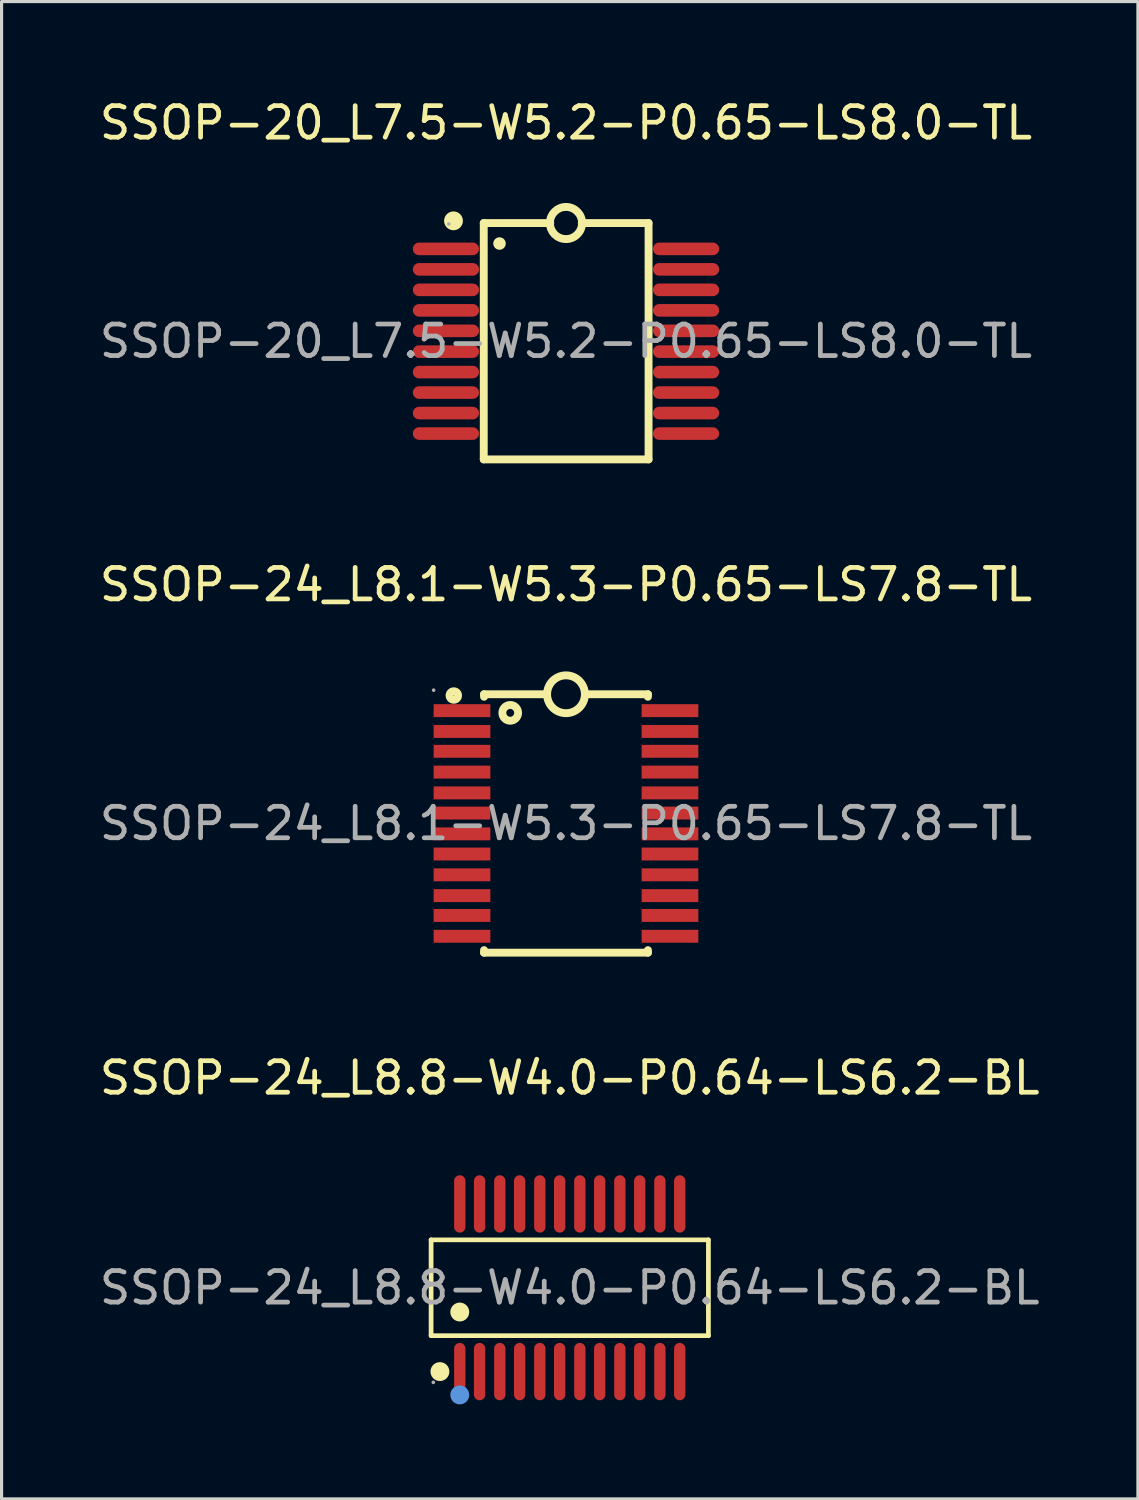
<source format=kicad_pcb>
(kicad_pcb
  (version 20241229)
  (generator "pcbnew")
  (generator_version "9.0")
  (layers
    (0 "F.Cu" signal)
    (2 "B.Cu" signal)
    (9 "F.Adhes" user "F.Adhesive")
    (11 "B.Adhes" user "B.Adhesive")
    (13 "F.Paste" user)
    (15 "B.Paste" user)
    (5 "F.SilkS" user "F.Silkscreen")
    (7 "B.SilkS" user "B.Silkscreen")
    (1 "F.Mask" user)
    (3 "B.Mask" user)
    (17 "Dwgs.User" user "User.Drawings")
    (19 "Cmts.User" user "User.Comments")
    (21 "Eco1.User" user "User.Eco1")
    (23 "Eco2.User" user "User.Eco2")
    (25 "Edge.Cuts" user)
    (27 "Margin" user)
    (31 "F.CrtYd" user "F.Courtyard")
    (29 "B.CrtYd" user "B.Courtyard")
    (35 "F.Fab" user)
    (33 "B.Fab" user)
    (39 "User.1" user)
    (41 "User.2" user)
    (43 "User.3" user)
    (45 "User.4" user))
  (footprint "SSOP-20_L7.5-W5.2-P0.65-LS8.0-TL"
    (layer "F.Cu")
    (at 14.911 7.778)
    (property "Reference" "SSOP-20_L7.5-W5.2-P0.65-LS8.0-TL" (at 0 -6.93 0) (layer "F.SilkS") (effects (font (size 1 1) (thickness 0.15))))
    (attr through_hole)
    (fp_line (start -2.61 -3.75) (end -0.5 -3.75) (stroke (width 0.25) (type solid)) (layer "F.SilkS"))
    (fp_line (start -2.61 3.75) (end -2.61 -3.75) (stroke (width 0.25) (type solid)) (layer "F.SilkS"))
    (fp_line (start 0.5 -3.75) (end 2.62 -3.75) (stroke (width 0.25) (type solid)) (layer "F.SilkS"))
    (fp_line (start 2.62 -3.75) (end 2.62 3.75) (stroke (width 0.25) (type solid)) (layer "F.SilkS"))
    (fp_line (start 2.62 3.75) (end -2.61 3.75) (stroke (width 0.25) (type solid)) (layer "F.SilkS"))
    (fp_arc (start -3.67 -3.93) (mid -3.464929 -3.714833) (end -3.679908 -3.920101) (stroke (width 0.3) (type solid)) (layer "F.SilkS"))
    (fp_arc (start 0.509922 -3.741099) (mid -0.50998 -3.754451) (end 0.51 -3.75) (stroke (width 0.25) (type solid)) (layer "F.SilkS"))
    (fp_circle (center -2.11 -3.1) (end -2.01 -3.1) (stroke (width 0.2) (type solid)) (fill no) (layer "F.SilkS"))
    (fp_circle (center -3.72 -3.72) (end -3.69 -3.72) (stroke (width 0.06) (type solid)) (fill no) (layer "F.Fab"))
    (fp_text user "${REFERENCE}" (at 0 0 0) (layer "F.Fab") (effects (font (size 1 1) (thickness 0.15))))
    (pad "1" smd oval (at -3.81 -2.93 90) (size 0.4 2.1) (layers "F.Cu" "F.Mask" "F.Paste"))
    (pad "2" smd oval (at -3.81 -2.28 90) (size 0.4 2.1) (layers "F.Cu" "F.Mask" "F.Paste"))
    (pad "3" smd oval (at -3.81 -1.63 90) (size 0.4 2.1) (layers "F.Cu" "F.Mask" "F.Paste"))
    (pad "4" smd oval (at -3.81 -0.98 90) (size 0.4 2.1) (layers "F.Cu" "F.Mask" "F.Paste"))
    (pad "5" smd oval (at -3.81 -0.33 90) (size 0.4 2.1) (layers "F.Cu" "F.Mask" "F.Paste"))
    (pad "6" smd oval (at -3.81 0.33 90) (size 0.4 2.1) (layers "F.Cu" "F.Mask" "F.Paste"))
    (pad "7" smd oval (at -3.81 0.98 90) (size 0.4 2.1) (layers "F.Cu" "F.Mask" "F.Paste"))
    (pad "8" smd oval (at -3.81 1.63 90) (size 0.4 2.1) (layers "F.Cu" "F.Mask" "F.Paste"))
    (pad "9" smd oval (at -3.81 2.28 90) (size 0.4 2.1) (layers "F.Cu" "F.Mask" "F.Paste"))
    (pad "10" smd oval (at -3.81 2.93 90) (size 0.4 2.1) (layers "F.Cu" "F.Mask" "F.Paste"))
    (pad "11" smd oval (at 3.81 2.93 90) (size 0.4 2.1) (layers "F.Cu" "F.Mask" "F.Paste"))
    (pad "12" smd oval (at 3.81 2.28 90) (size 0.4 2.1) (layers "F.Cu" "F.Mask" "F.Paste"))
    (pad "13" smd oval (at 3.81 1.63 90) (size 0.4 2.1) (layers "F.Cu" "F.Mask" "F.Paste"))
    (pad "14" smd oval (at 3.81 0.98 90) (size 0.4 2.1) (layers "F.Cu" "F.Mask" "F.Paste"))
    (pad "15" smd oval (at 3.81 0.33 90) (size 0.4 2.1) (layers "F.Cu" "F.Mask" "F.Paste"))
    (pad "16" smd oval (at 3.81 -0.33 90) (size 0.4 2.1) (layers "F.Cu" "F.Mask" "F.Paste"))
    (pad "17" smd oval (at 3.81 -0.98 90) (size 0.4 2.1) (layers "F.Cu" "F.Mask" "F.Paste"))
    (pad "18" smd oval (at 3.81 -1.63 90) (size 0.4 2.1) (layers "F.Cu" "F.Mask" "F.Paste"))
    (pad "19" smd oval (at 3.81 -2.28 90) (size 0.4 2.1) (layers "F.Cu" "F.Mask" "F.Paste"))
    (pad "20" smd oval (at 3.81 -2.93 90) (size 0.4 2.1) (layers "F.Cu" "F.Mask" "F.Paste")))
  (footprint "SSOP-24_L8.1-W5.3-P0.65-LS7.8-TL"
    (layer "F.Cu")
    (at 14.911 23.081)
    (property "Reference" "SSOP-24_L8.1-W5.3-P0.65-LS7.8-TL" (at 0 -7.58 0) (layer "F.SilkS") (effects (font (size 1 1) (thickness 0.15))))
    (attr through_hole)
    (fp_line (start -2.6 -4.1) (end -2.6 -4.02) (stroke (width 0.25) (type solid)) (layer "F.SilkS"))
    (fp_line (start -2.6 -4.1) (end -0.6 -4.1) (stroke (width 0.25) (type solid)) (layer "F.SilkS"))
    (fp_line (start -2.6 4.02) (end -2.6 4.1) (stroke (width 0.25) (type solid)) (layer "F.SilkS"))
    (fp_line (start -2.6 4.1) (end 2.6 4.1) (stroke (width 0.25) (type solid)) (layer "F.SilkS"))
    (fp_line (start 2.6 -4.1) (end 0.6 -4.1) (stroke (width 0.25) (type solid)) (layer "F.SilkS"))
    (fp_line (start 2.6 -4.1) (end 2.6 -4.02) (stroke (width 0.25) (type solid)) (layer "F.SilkS"))
    (fp_line (start 2.6 4.02) (end 2.6 4.1) (stroke (width 0.25) (type solid)) (layer "F.SilkS"))
    (fp_arc (start -0.599909 -4.110471) (mid 0.599978 -4.094764) (end -0.6 -4.1) (stroke (width 0.25) (type solid)) (layer "F.SilkS"))
    (fp_circle (center -3.56 -4.06) (end -3.55 -4.06) (stroke (width 0.25) (type solid)) (fill no) (layer "F.SilkS"))
    (fp_circle (center -1.77 -3.51) (end -1.52 -3.51) (stroke (width 0.25) (type solid)) (fill no) (layer "F.SilkS"))
    (fp_circle (center -4.2 -4.23) (end -4.17 -4.23) (stroke (width 0.06) (type solid)) (fill no) (layer "F.Fab"))
    (fp_text user "${REFERENCE}" (at 0 0 0) (layer "F.Fab") (effects (font (size 1 1) (thickness 0.15))))
    (pad "1" smd rect (at -3.3 -3.58) (size 1.8 0.41) (layers "F.Cu" "F.Mask" "F.Paste"))
    (pad "2" smd rect (at -3.3 -2.92) (size 1.8 0.41) (layers "F.Cu" "F.Mask" "F.Paste"))
    (pad "3" smd rect (at -3.3 -2.29) (size 1.8 0.41) (layers "F.Cu" "F.Mask" "F.Paste"))
    (pad "4" smd rect (at -3.3 -1.63) (size 1.8 0.41) (layers "F.Cu" "F.Mask" "F.Paste"))
    (pad "5" smd rect (at -3.3 -0.97) (size 1.8 0.41) (layers "F.Cu" "F.Mask" "F.Paste"))
    (pad "6" smd rect (at -3.3 -0.33) (size 1.8 0.41) (layers "F.Cu" "F.Mask" "F.Paste"))
    (pad "7" smd rect (at -3.3 0.33) (size 1.8 0.41) (layers "F.Cu" "F.Mask" "F.Paste"))
    (pad "8" smd rect (at -3.3 0.97) (size 1.8 0.41) (layers "F.Cu" "F.Mask" "F.Paste"))
    (pad "9" smd rect (at -3.3 1.63) (size 1.8 0.41) (layers "F.Cu" "F.Mask" "F.Paste"))
    (pad "10" smd rect (at -3.3 2.29) (size 1.8 0.41) (layers "F.Cu" "F.Mask" "F.Paste"))
    (pad "11" smd rect (at -3.3 2.92) (size 1.8 0.41) (layers "F.Cu" "F.Mask" "F.Paste"))
    (pad "12" smd rect (at -3.3 3.58) (size 1.8 0.41) (layers "F.Cu" "F.Mask" "F.Paste"))
    (pad "13" smd rect (at 3.3 3.58) (size 1.8 0.41) (layers "F.Cu" "F.Mask" "F.Paste"))
    (pad "14" smd rect (at 3.3 2.92) (size 1.8 0.41) (layers "F.Cu" "F.Mask" "F.Paste"))
    (pad "15" smd rect (at 3.3 2.29) (size 1.8 0.41) (layers "F.Cu" "F.Mask" "F.Paste"))
    (pad "16" smd rect (at 3.3 1.63) (size 1.8 0.41) (layers "F.Cu" "F.Mask" "F.Paste"))
    (pad "17" smd rect (at 3.3 0.97) (size 1.8 0.41) (layers "F.Cu" "F.Mask" "F.Paste"))
    (pad "18" smd rect (at 3.3 0.33) (size 1.8 0.41) (layers "F.Cu" "F.Mask" "F.Paste"))
    (pad "19" smd rect (at 3.3 -0.33) (size 1.8 0.41) (layers "F.Cu" "F.Mask" "F.Paste"))
    (pad "20" smd rect (at 3.3 -0.97) (size 1.8 0.41) (layers "F.Cu" "F.Mask" "F.Paste"))
    (pad "21" smd rect (at 3.3 -1.63) (size 1.8 0.41) (layers "F.Cu" "F.Mask" "F.Paste"))
    (pad "22" smd rect (at 3.3 -2.29) (size 1.8 0.41) (layers "F.Cu" "F.Mask" "F.Paste"))
    (pad "23" smd rect (at 3.3 -2.92) (size 1.8 0.41) (layers "F.Cu" "F.Mask" "F.Paste"))
    (pad "24" smd rect (at 3.3 -3.58) (size 1.8 0.41) (layers "F.Cu" "F.Mask" "F.Paste")))
  (footprint "SSOP-24_L8.8-W4.0-P0.64-LS6.2-BL"
    (layer "F.Cu")
    (at 15.03 37.815)
    (property "Reference" "SSOP-24_L8.8-W4.0-P0.64-LS6.2-BL" (at 0 -6.66 0) (layer "F.SilkS") (effects (font (size 1 1) (thickness 0.15))))
    (attr through_hole)
    (fp_line (start -4.4 -1.52) (end 4.4 -1.52) (stroke (width 0.15) (type solid)) (layer "F.SilkS"))
    (fp_line (start -4.4 1.52) (end -4.4 -1.52) (stroke (width 0.15) (type solid)) (layer "F.SilkS"))
    (fp_line (start 4.4 -1.52) (end 4.4 1.52) (stroke (width 0.15) (type solid)) (layer "F.SilkS"))
    (fp_line (start 4.4 1.52) (end -4.4 1.52) (stroke (width 0.15) (type solid)) (layer "F.SilkS"))
    (fp_circle (center -4.12 2.66) (end -3.97 2.66) (stroke (width 0.3) (type solid)) (fill no) (layer "F.SilkS"))
    (fp_circle (center -3.49 0.77) (end -3.34 0.77) (stroke (width 0.3) (type solid)) (fill no) (layer "F.SilkS"))
    (fp_circle (center -3.49 3.4) (end -3.34 3.4) (stroke (width 0.3) (type solid)) (fill no) (layer "Cmts.User"))
    (fp_circle (center -4.33 3) (end -4.3 3) (stroke (width 0.06) (type solid)) (fill no) (layer "F.Fab"))
    (fp_text user "${REFERENCE}" (at 0 0 0) (layer "F.Fab") (effects (font (size 1 1) (thickness 0.15))))
    (pad "1" smd oval (at -3.49 2.66) (size 0.36 1.82) (layers "F.Cu" "F.Mask" "F.Paste"))
    (pad "2" smd oval (at -2.86 2.66) (size 0.36 1.82) (layers "F.Cu" "F.Mask" "F.Paste"))
    (pad "3" smd oval (at -2.22 2.66) (size 0.36 1.82) (layers "F.Cu" "F.Mask" "F.Paste"))
    (pad "4" smd oval (at -1.59 2.66) (size 0.36 1.82) (layers "F.Cu" "F.Mask" "F.Paste"))
    (pad "5" smd oval (at -0.95 2.66) (size 0.36 1.82) (layers "F.Cu" "F.Mask" "F.Paste"))
    (pad "6" smd oval (at -0.32 2.66) (size 0.36 1.82) (layers "F.Cu" "F.Mask" "F.Paste"))
    (pad "7" smd oval (at 0.32 2.66) (size 0.36 1.82) (layers "F.Cu" "F.Mask" "F.Paste"))
    (pad "8" smd oval (at 0.95 2.66) (size 0.36 1.82) (layers "F.Cu" "F.Mask" "F.Paste"))
    (pad "9" smd oval (at 1.59 2.66) (size 0.36 1.82) (layers "F.Cu" "F.Mask" "F.Paste"))
    (pad "10" smd oval (at 2.22 2.66) (size 0.36 1.82) (layers "F.Cu" "F.Mask" "F.Paste"))
    (pad "11" smd oval (at 2.86 2.66) (size 0.36 1.82) (layers "F.Cu" "F.Mask" "F.Paste"))
    (pad "12" smd oval (at 3.49 2.66) (size 0.36 1.82) (layers "F.Cu" "F.Mask" "F.Paste"))
    (pad "13" smd oval (at 3.49 -2.66) (size 0.36 1.82) (layers "F.Cu" "F.Mask" "F.Paste"))
    (pad "14" smd oval (at 2.86 -2.66) (size 0.36 1.82) (layers "F.Cu" "F.Mask" "F.Paste"))
    (pad "15" smd oval (at 2.22 -2.66) (size 0.36 1.82) (layers "F.Cu" "F.Mask" "F.Paste"))
    (pad "16" smd oval (at 1.59 -2.66) (size 0.36 1.82) (layers "F.Cu" "F.Mask" "F.Paste"))
    (pad "17" smd oval (at 0.95 -2.66) (size 0.36 1.82) (layers "F.Cu" "F.Mask" "F.Paste"))
    (pad "18" smd oval (at 0.32 -2.66) (size 0.36 1.82) (layers "F.Cu" "F.Mask" "F.Paste"))
    (pad "19" smd oval (at -0.32 -2.66) (size 0.36 1.82) (layers "F.Cu" "F.Mask" "F.Paste"))
    (pad "20" smd oval (at -0.95 -2.66) (size 0.36 1.82) (layers "F.Cu" "F.Mask" "F.Paste"))
    (pad "21" smd oval (at -1.59 -2.66) (size 0.36 1.82) (layers "F.Cu" "F.Mask" "F.Paste"))
    (pad "22" smd oval (at -2.22 -2.66) (size 0.36 1.82) (layers "F.Cu" "F.Mask" "F.Paste"))
    (pad "23" smd oval (at -2.86 -2.66) (size 0.36 1.82) (layers "F.Cu" "F.Mask" "F.Paste"))
    (pad "24" smd oval (at -3.49 -2.66) (size 0.36 1.82) (layers "F.Cu" "F.Mask" "F.Paste")))
  (gr_rect
    (start -3 -3)
    (end 33.06 44.515)
    (stroke (width 0.1) (type default))
    (fill no)
    (layer "Edge.Cuts")))
</source>
